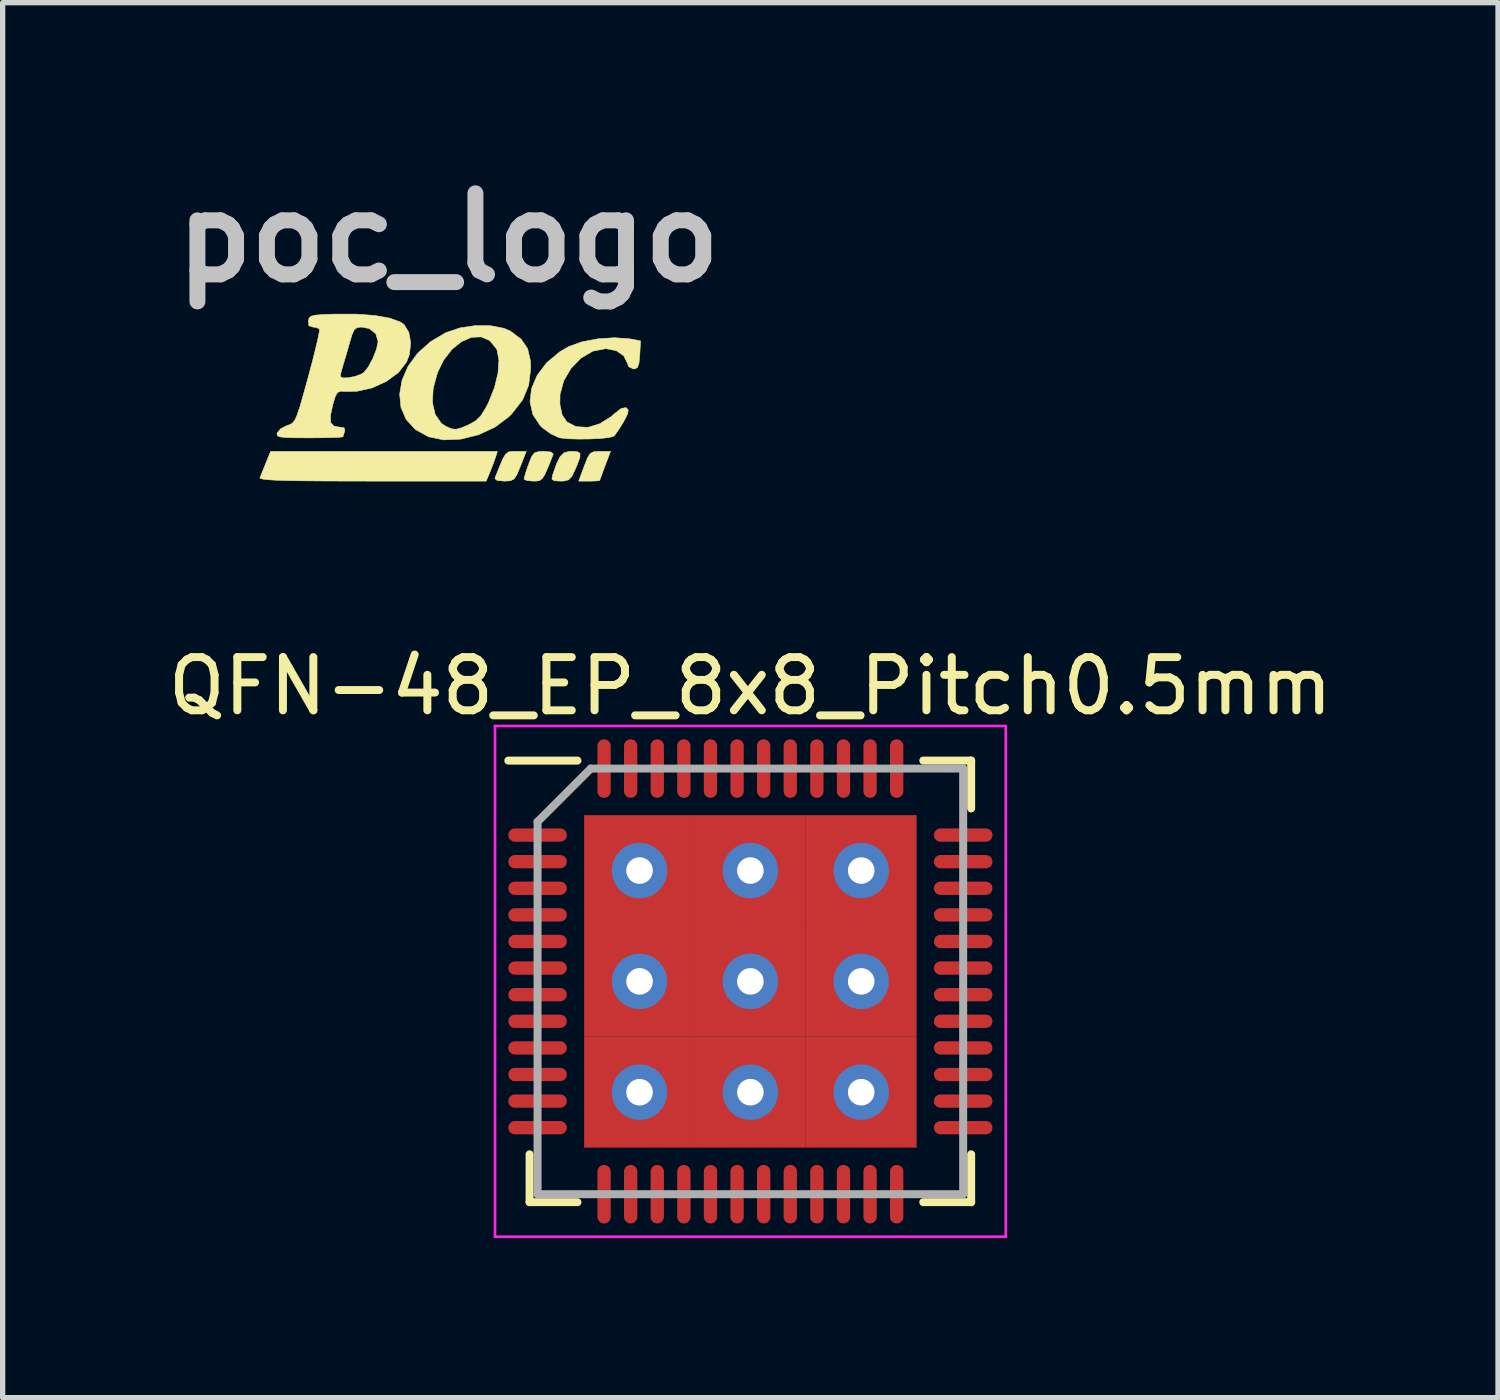
<source format=kicad_pcb>
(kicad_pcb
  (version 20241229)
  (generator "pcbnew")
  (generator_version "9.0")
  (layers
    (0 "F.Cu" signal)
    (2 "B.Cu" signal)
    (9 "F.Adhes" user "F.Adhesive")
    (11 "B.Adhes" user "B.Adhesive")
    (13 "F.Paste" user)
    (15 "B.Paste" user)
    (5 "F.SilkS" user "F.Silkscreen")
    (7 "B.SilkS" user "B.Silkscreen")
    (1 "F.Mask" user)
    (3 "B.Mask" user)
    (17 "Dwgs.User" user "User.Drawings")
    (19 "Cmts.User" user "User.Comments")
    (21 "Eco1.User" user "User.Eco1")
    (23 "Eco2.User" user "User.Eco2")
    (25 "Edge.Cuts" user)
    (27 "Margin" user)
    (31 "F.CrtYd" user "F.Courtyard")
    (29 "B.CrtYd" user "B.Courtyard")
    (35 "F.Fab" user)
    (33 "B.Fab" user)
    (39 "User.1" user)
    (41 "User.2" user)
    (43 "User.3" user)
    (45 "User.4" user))
  (footprint "poc_logo"
    (layer "F.Cu")
    (at 5.378 4.418)
    (property "Reference" "poc_logo" (at 0 -3 0) (layer "Dwgs.User") (effects (font (size 1.524 1.524) (thickness 0.3))))
    (attr through_hole)
    (fp_poly (pts (xy 2.946 1.283) (xy 2.891 1.43) (xy 2.854 1.532) (xy 2.845 1.562) (xy 2.8 1.57) (xy 2.688 1.575) (xy 2.647 1.575) (xy 2.45 1.575) (xy 2.553 1.295) (xy 2.614 1.139) (xy 2.666 1.056) (xy 2.734 1.022) (xy 2.841 1.016) (xy 2.852 1.016) (xy 3.048 1.016) (xy 2.946 1.283)) (stroke (width 0.01) (type solid)) (fill yes) (layer "F.SilkS"))
    (fp_poly (pts (xy 1.354 1.295) (xy 1.289 1.451) (xy 1.235 1.535) (xy 1.166 1.568) (xy 1.059 1.575) (xy 1.049 1.575) (xy 0.916 1.563) (xy 0.875 1.526) (xy 0.878 1.511) (xy 0.966 1.291) (xy 1.028 1.148) (xy 1.078 1.066) (xy 1.129 1.027) (xy 1.193 1.016) (xy 1.271 1.016) (xy 1.464 1.016) (xy 1.354 1.295)) (stroke (width 0.01) (type solid)) (fill yes) (layer "F.SilkS"))
    (fp_poly (pts (xy 2.423 1.022) (xy 2.474 1.053) (xy 2.472 1.129) (xy 2.42 1.27) (xy 2.389 1.342) (xy 2.323 1.482) (xy 2.261 1.55) (xy 2.172 1.573) (xy 2.107 1.575) (xy 1.987 1.568) (xy 1.946 1.536) (xy 1.958 1.465) (xy 2.033 1.25) (xy 2.099 1.115) (xy 2.171 1.044) (xy 2.263 1.018) (xy 2.312 1.016) (xy 2.423 1.022)) (stroke (width 0.01) (type solid)) (fill yes) (layer "F.SilkS"))
    (fp_poly (pts (xy 1.927 1.028) (xy 1.97 1.064) (xy 1.967 1.079) (xy 1.879 1.3) (xy 1.816 1.443) (xy 1.767 1.525) (xy 1.718 1.563) (xy 1.657 1.574) (xy 1.595 1.575) (xy 1.479 1.565) (xy 1.423 1.541) (xy 1.422 1.537) (xy 1.438 1.47) (xy 1.478 1.343) (xy 1.508 1.257) (xy 1.565 1.114) (xy 1.619 1.043) (xy 1.701 1.019) (xy 1.793 1.016) (xy 1.927 1.028)) (stroke (width 0.01) (type solid)) (fill yes) (layer "F.SilkS"))
    (fp_poly (pts (xy 0.886 1.126) (xy 0.842 1.25) (xy 0.784 1.398) (xy 0.781 1.405) (xy 0.71 1.575) (xy -1.429 1.575) (xy -1.97 1.574) (xy -2.417 1.572) (xy -2.777 1.569) (xy -3.058 1.564) (xy -3.268 1.557) (xy -3.412 1.547) (xy -3.5 1.535) (xy -3.539 1.521) (xy -3.542 1.511) (xy -3.508 1.428) (xy -3.453 1.292) (xy -3.429 1.232) (xy -3.342 1.016) (xy 0.921 1.016) (xy 0.886 1.126)) (stroke (width 0.01) (type solid)) (fill yes) (layer "F.SilkS"))
    (fp_poly (pts (xy 0.792 -1.346) (xy 1.043 -1.298) (xy 1.163 -1.245) (xy 1.367 -1.093) (xy 1.489 -0.915) (xy 1.542 -0.685) (xy 1.547 -0.542) (xy 1.509 -0.228) (xy 1.396 0.046) (xy 1.195 0.305) (xy 1.135 0.366) (xy 0.873 0.562) (xy 0.564 0.704) (xy 0.235 0.786) (xy -0.088 0.8) (xy -0.372 0.742) (xy -0.621 0.605) (xy -0.793 0.417) (xy -0.891 0.191) (xy -0.9 0.099) (xy -0.3 0.099) (xy -0.248 0.323) (xy -0.133 0.488) (xy -0.05 0.544) (xy 0.056 0.591) (xy 0.144 0.601) (xy 0.252 0.571) (xy 0.388 0.512) (xy 0.514 0.441) (xy 0.611 0.346) (xy 0.703 0.197) (xy 0.756 0.094) (xy 0.866 -0.181) (xy 0.932 -0.453) (xy 0.95 -0.696) (xy 0.916 -0.884) (xy 0.902 -0.914) (xy 0.777 -1.067) (xy 0.616 -1.136) (xy 0.434 -1.128) (xy 0.246 -1.047) (xy 0.065 -0.9) (xy -0.094 -0.693) (xy -0.205 -0.465) (xy -0.286 -0.169) (xy -0.3 0.099) (xy -0.9 0.099) (xy -0.916 -0.059) (xy -0.871 -0.322) (xy -0.758 -0.582) (xy -0.579 -0.828) (xy -0.335 -1.046) (xy -0.051 -1.214) (xy 0.213 -1.304) (xy 0.505 -1.348) (xy 0.792 -1.346)) (stroke (width 0.01) (type solid)) (fill yes) (layer "F.SilkS"))
    (fp_poly (pts (xy 3.41 -1.099) (xy 3.427 -1.096) (xy 3.612 -1.061) (xy 3.597 -0.797) (xy 3.582 -0.64) (xy 3.554 -0.561) (xy 3.503 -0.535) (xy 3.48 -0.533) (xy 3.389 -0.575) (xy 3.362 -0.647) (xy 3.295 -0.782) (xy 3.155 -0.877) (xy 2.964 -0.914) (xy 2.952 -0.914) (xy 2.713 -0.867) (xy 2.492 -0.737) (xy 2.305 -0.545) (xy 2.168 -0.311) (xy 2.098 -0.052) (xy 2.096 0.133) (xy 2.139 0.334) (xy 2.226 0.461) (xy 2.377 0.54) (xy 2.419 0.553) (xy 2.625 0.564) (xy 2.85 0.495) (xy 3.066 0.358) (xy 3.118 0.311) (xy 3.246 0.21) (xy 3.335 0.194) (xy 3.348 0.2) (xy 3.381 0.242) (xy 3.367 0.316) (xy 3.301 0.445) (xy 3.284 0.475) (xy 3.199 0.611) (xy 3.131 0.706) (xy 3.106 0.732) (xy 3.017 0.756) (xy 2.858 0.773) (xy 2.656 0.783) (xy 2.444 0.785) (xy 2.251 0.779) (xy 2.107 0.763) (xy 2.077 0.756) (xy 1.924 0.685) (xy 1.768 0.572) (xy 1.728 0.534) (xy 1.588 0.324) (xy 1.534 0.086) (xy 1.563 -0.166) (xy 1.67 -0.416) (xy 1.848 -0.651) (xy 2.093 -0.855) (xy 2.256 -0.951) (xy 2.503 -1.041) (xy 2.806 -1.099) (xy 3.122 -1.12) (xy 3.41 -1.099)) (stroke (width 0.01) (type solid)) (fill yes) (layer "F.SilkS"))
    (fp_poly (pts (xy -1.732 -1.564) (xy -1.381 -1.538) (xy -1.101 -1.488) (xy -0.902 -1.415) (xy -0.832 -1.366) (xy -0.743 -1.22) (xy -0.709 -1.022) (xy -0.732 -0.809) (xy -0.786 -0.664) (xy -0.938 -0.467) (xy -1.163 -0.301) (xy -1.431 -0.178) (xy -1.715 -0.114) (xy -1.914 -0.11) (xy -2.021 -0.115) (xy -2.085 -0.091) (xy -2.127 -0.013) (xy -2.173 0.138) (xy -2.218 0.346) (xy -2.211 0.477) (xy -2.147 0.544) (xy -2.054 0.559) (xy -1.959 0.574) (xy -1.946 0.627) (xy -1.95 0.639) (xy -1.977 0.72) (xy -1.981 0.741) (xy -2.029 0.749) (xy -2.159 0.755) (xy -2.352 0.76) (xy -2.588 0.762) (xy -2.611 0.762) (xy -2.874 0.761) (xy -3.05 0.756) (xy -3.156 0.745) (xy -3.208 0.726) (xy -3.222 0.696) (xy -3.218 0.67) (xy -3.156 0.593) (xy -3.039 0.532) (xy -3.032 0.53) (xy -2.973 0.51) (xy -2.926 0.48) (xy -2.885 0.426) (xy -2.843 0.333) (xy -2.794 0.188) (xy -2.733 -0.025) (xy -2.652 -0.318) (xy -2.634 -0.381) (xy -2.632 -0.392) (xy -2.032 -0.392) (xy -1.99 -0.365) (xy -1.888 -0.367) (xy -1.76 -0.392) (xy -1.642 -0.434) (xy -1.588 -0.467) (xy -1.504 -0.573) (xy -1.419 -0.733) (xy -1.351 -0.906) (xy -1.322 -1.046) (xy -1.322 -1.05) (xy -1.365 -1.195) (xy -1.484 -1.291) (xy -1.628 -1.321) (xy -1.713 -1.312) (xy -1.768 -1.272) (xy -1.812 -1.176) (xy -1.856 -1.029) (xy -1.909 -0.841) (xy -1.96 -0.67) (xy -1.985 -0.589) (xy -2.019 -0.468) (xy -2.032 -0.392) (xy -2.632 -0.392) (xy -2.559 -0.663) (xy -2.497 -0.91) (xy -2.451 -1.107) (xy -2.425 -1.237) (xy -2.422 -1.283) (xy -2.485 -1.314) (xy -2.547 -1.321) (xy -2.623 -1.346) (xy -2.632 -1.435) (xy -2.618 -1.489) (xy -2.582 -1.523) (xy -2.503 -1.544) (xy -2.362 -1.556) (xy -2.141 -1.564) (xy -1.732 -1.564)) (stroke (width 0.01) (type solid)) (fill yes) (layer "F.SilkS")))
  (footprint "QFN-48_EP_8x8_Pitch0.5mm"
    (layer "F.Cu")
    (at 11.054 15.396)
    (property "Reference" "QFN-48_EP_8x8_Pitch0.5mm" (at 0 -5.55 0) (layer "F.SilkS") (effects (font (size 1 1) (thickness 0.15))))
    (attr smd)
    (fp_line (start -4.15 4.15) (end -4.15 3.25) (stroke (width 0.15) (type solid)) (layer "F.SilkS"))
    (fp_line (start -3.25 -4.15) (end -4.55 -4.15) (stroke (width 0.15) (type solid)) (layer "F.SilkS"))
    (fp_line (start -3.25 4.15) (end -4.15 4.15) (stroke (width 0.15) (type solid)) (layer "F.SilkS"))
    (fp_line (start 3.25 -4.15) (end 4.15 -4.15) (stroke (width 0.15) (type solid)) (layer "F.SilkS"))
    (fp_line (start 3.25 4.15) (end 4.15 4.15) (stroke (width 0.15) (type solid)) (layer "F.SilkS"))
    (fp_line (start 4.15 -4.15) (end 4.15 -3.25) (stroke (width 0.15) (type solid)) (layer "F.SilkS"))
    (fp_line (start 4.15 4.15) (end 4.15 3.25) (stroke (width 0.15) (type solid)) (layer "F.SilkS"))
    (fp_line (start -4.8 -4.8) (end 4.8 -4.8) (stroke (width 0.05) (type solid)) (layer "F.CrtYd"))
    (fp_line (start -4.8 4.8) (end -4.8 -4.8) (stroke (width 0.05) (type solid)) (layer "F.CrtYd"))
    (fp_line (start 4.8 -4.8) (end 4.8 4.8) (stroke (width 0.05) (type solid)) (layer "F.CrtYd"))
    (fp_line (start 4.8 4.8) (end -4.8 4.8) (stroke (width 0.05) (type solid)) (layer "F.CrtYd"))
    (fp_line (start -4 -3) (end -4 4) (stroke (width 0.15) (type solid)) (layer "F.Fab"))
    (fp_line (start -4 4) (end 4 4) (stroke (width 0.15) (type solid)) (layer "F.Fab"))
    (fp_line (start -3 -4) (end -4 -3) (stroke (width 0.15) (type solid)) (layer "F.Fab"))
    (fp_line (start 4 -4) (end -3 -4) (stroke (width 0.15) (type solid)) (layer "F.Fab"))
    (fp_line (start 4 4) (end 4 -4) (stroke (width 0.15) (type solid)) (layer "F.Fab"))
    (pad "1" smd oval (at -4 -2.75 90) (size 0.25 1.1) (layers "F.Cu" "F.Mask" "F.Paste"))
    (pad "2" smd oval (at -4 -2.25 90) (size 0.25 1.1) (layers "F.Cu" "F.Mask" "F.Paste"))
    (pad "3" smd oval (at -4 -1.75 90) (size 0.25 1.1) (layers "F.Cu" "F.Mask" "F.Paste"))
    (pad "4" smd oval (at -4 -1.25 90) (size 0.25 1.1) (layers "F.Cu" "F.Mask" "F.Paste"))
    (pad "5" smd oval (at -4 -0.75 90) (size 0.25 1.1) (layers "F.Cu" "F.Mask" "F.Paste"))
    (pad "6" smd oval (at -4 -0.25 90) (size 0.25 1.1) (layers "F.Cu" "F.Mask" "F.Paste"))
    (pad "7" smd oval (at -4 0.25 90) (size 0.25 1.1) (layers "F.Cu" "F.Mask" "F.Paste"))
    (pad "8" smd oval (at -4 0.75 90) (size 0.25 1.1) (layers "F.Cu" "F.Mask" "F.Paste"))
    (pad "9" smd oval (at -4 1.25 90) (size 0.25 1.1) (layers "F.Cu" "F.Mask" "F.Paste"))
    (pad "10" smd oval (at -4 1.75 90) (size 0.25 1.1) (layers "F.Cu" "F.Mask" "F.Paste"))
    (pad "11" smd oval (at -4 2.25 90) (size 0.25 1.1) (layers "F.Cu" "F.Mask" "F.Paste"))
    (pad "12" smd oval (at -4 2.75 90) (size 0.25 1.1) (layers "F.Cu" "F.Mask" "F.Paste"))
    (pad "13" smd oval (at -2.75 4) (size 0.25 1.1) (layers "F.Cu" "F.Mask" "F.Paste"))
    (pad "14" smd oval (at -2.25 4) (size 0.25 1.1) (layers "F.Cu" "F.Mask" "F.Paste"))
    (pad "15" smd oval (at -1.75 4) (size 0.25 1.1) (layers "F.Cu" "F.Mask" "F.Paste"))
    (pad "16" smd oval (at -1.25 4) (size 0.25 1.1) (layers "F.Cu" "F.Mask" "F.Paste"))
    (pad "17" smd oval (at -0.75 4) (size 0.25 1.1) (layers "F.Cu" "F.Mask" "F.Paste"))
    (pad "18" smd oval (at -0.25 4) (size 0.25 1.1) (layers "F.Cu" "F.Mask" "F.Paste"))
    (pad "19" smd oval (at 0.25 4) (size 0.25 1.1) (layers "F.Cu" "F.Mask" "F.Paste"))
    (pad "20" smd oval (at 0.75 4) (size 0.25 1.1) (layers "F.Cu" "F.Mask" "F.Paste"))
    (pad "21" smd oval (at 1.25 4) (size 0.25 1.1) (layers "F.Cu" "F.Mask" "F.Paste"))
    (pad "22" smd oval (at 1.75 4) (size 0.25 1.1) (layers "F.Cu" "F.Mask" "F.Paste"))
    (pad "23" smd oval (at 2.25 4) (size 0.25 1.1) (layers "F.Cu" "F.Mask" "F.Paste"))
    (pad "24" smd oval (at 2.75 4) (size 0.25 1.1) (layers "F.Cu" "F.Mask" "F.Paste"))
    (pad "25" smd oval (at 4 2.75 90) (size 0.25 1.1) (layers "F.Cu" "F.Mask" "F.Paste"))
    (pad "26" smd oval (at 4 2.25 90) (size 0.25 1.1) (layers "F.Cu" "F.Mask" "F.Paste"))
    (pad "27" smd oval (at 4 1.75 90) (size 0.25 1.1) (layers "F.Cu" "F.Mask" "F.Paste"))
    (pad "28" smd oval (at 4 1.25 90) (size 0.25 1.1) (layers "F.Cu" "F.Mask" "F.Paste"))
    (pad "29" smd oval (at 4 0.75 90) (size 0.25 1.1) (layers "F.Cu" "F.Mask" "F.Paste"))
    (pad "30" smd oval (at 4 0.25 90) (size 0.25 1.1) (layers "F.Cu" "F.Mask" "F.Paste"))
    (pad "31" smd oval (at 4 -0.25 90) (size 0.25 1.1) (layers "F.Cu" "F.Mask" "F.Paste"))
    (pad "32" smd oval (at 4 -0.75 90) (size 0.25 1.1) (layers "F.Cu" "F.Mask" "F.Paste"))
    (pad "33" smd oval (at 4 -1.25 90) (size 0.25 1.1) (layers "F.Cu" "F.Mask" "F.Paste"))
    (pad "34" smd oval (at 4 -1.75 90) (size 0.25 1.1) (layers "F.Cu" "F.Mask" "F.Paste"))
    (pad "35" smd oval (at 4 -2.25 90) (size 0.25 1.1) (layers "F.Cu" "F.Mask" "F.Paste"))
    (pad "36" smd oval (at 4 -2.75 90) (size 0.25 1.1) (layers "F.Cu" "F.Mask" "F.Paste"))
    (pad "37" smd oval (at 2.75 -4) (size 0.25 1.1) (layers "F.Cu" "F.Mask" "F.Paste"))
    (pad "38" smd oval (at 2.25 -4) (size 0.25 1.1) (layers "F.Cu" "F.Mask" "F.Paste"))
    (pad "39" smd oval (at 1.75 -4) (size 0.25 1.1) (layers "F.Cu" "F.Mask" "F.Paste"))
    (pad "40" smd oval (at 1.25 -4) (size 0.25 1.1) (layers "F.Cu" "F.Mask" "F.Paste"))
    (pad "41" smd oval (at 0.75 -4) (size 0.25 1.1) (layers "F.Cu" "F.Mask" "F.Paste"))
    (pad "42" smd oval (at 0.25 -4) (size 0.25 1.1) (layers "F.Cu" "F.Mask" "F.Paste"))
    (pad "43" smd oval (at -0.25 -4) (size 0.25 1.1) (layers "F.Cu" "F.Mask" "F.Paste"))
    (pad "44" smd oval (at -0.75 -4) (size 0.25 1.1) (layers "F.Cu" "F.Mask" "F.Paste"))
    (pad "45" smd oval (at -1.25 -4) (size 0.25 1.1) (layers "F.Cu" "F.Mask" "F.Paste"))
    (pad "46" smd oval (at -1.75 -4) (size 0.25 1.1) (layers "F.Cu" "F.Mask" "F.Paste"))
    (pad "47" smd oval (at -2.25 -4) (size 0.25 1.1) (layers "F.Cu" "F.Mask" "F.Paste"))
    (pad "48" smd oval (at -2.75 -4) (size 0.25 1.1) (layers "F.Cu" "F.Mask" "F.Paste"))
    (pad "49" thru_hole circle (at -2.083 -2.083) (size 1.042 1.042) (drill 0.5) (layers "*.Cu" "*.Mask"))
    (pad "49" smd rect (at -2.083 -2.083) (size 2.083 2.083) (layers "F.Cu" "F.Mask" "F.Paste"))
    (pad "49" thru_hole circle (at -2.083 0) (size 1.042 1.042) (drill 0.5) (layers "*.Cu" "*.Mask"))
    (pad "49" smd rect (at -2.083 0) (size 2.083 2.083) (layers "F.Cu" "F.Mask" "F.Paste"))
    (pad "49" thru_hole circle (at -2.083 2.083) (size 1.042 1.042) (drill 0.5) (layers "*.Cu" "*.Mask"))
    (pad "49" smd rect (at -2.083 2.083) (size 2.083 2.083) (layers "F.Cu" "F.Mask" "F.Paste"))
    (pad "49" thru_hole circle (at 0 -2.083) (size 1.042 1.042) (drill 0.5) (layers "*.Cu" "*.Mask"))
    (pad "49" smd rect (at 0 -2.083) (size 2.083 2.083) (layers "F.Cu" "F.Mask" "F.Paste"))
    (pad "49" thru_hole circle (at 0 0) (size 1.042 1.042) (drill 0.5) (layers "*.Cu" "*.Mask"))
    (pad "49" smd rect (at 0 0) (size 2.083 2.083) (layers "F.Cu" "F.Mask" "F.Paste"))
    (pad "49" thru_hole circle (at 0 2.083) (size 1.042 1.042) (drill 0.5) (layers "*.Cu" "*.Mask"))
    (pad "49" smd rect (at 0 2.083) (size 2.083 2.083) (layers "F.Cu" "F.Mask" "F.Paste"))
    (pad "49" thru_hole circle (at 2.083 -2.083) (size 1.042 1.042) (drill 0.5) (layers "*.Cu" "*.Mask"))
    (pad "49" smd rect (at 2.083 -2.083) (size 2.083 2.083) (layers "F.Cu" "F.Mask" "F.Paste"))
    (pad "49" thru_hole circle (at 2.083 0) (size 1.042 1.042) (drill 0.5) (layers "*.Cu" "*.Mask"))
    (pad "49" smd rect (at 2.083 0) (size 2.083 2.083) (layers "F.Cu" "F.Mask" "F.Paste"))
    (pad "49" thru_hole circle (at 2.083 2.083) (size 1.042 1.042) (drill 0.5) (layers "*.Cu" "*.Mask"))
    (pad "49" smd rect (at 2.083 2.083) (size 2.083 2.083) (layers "F.Cu" "F.Mask" "F.Paste")))
  (gr_rect
    (start -3 -3)
    (end 25.107 23.221)
    (stroke (width 0.1) (type default))
    (fill no)
    (layer "Edge.Cuts")))
</source>
